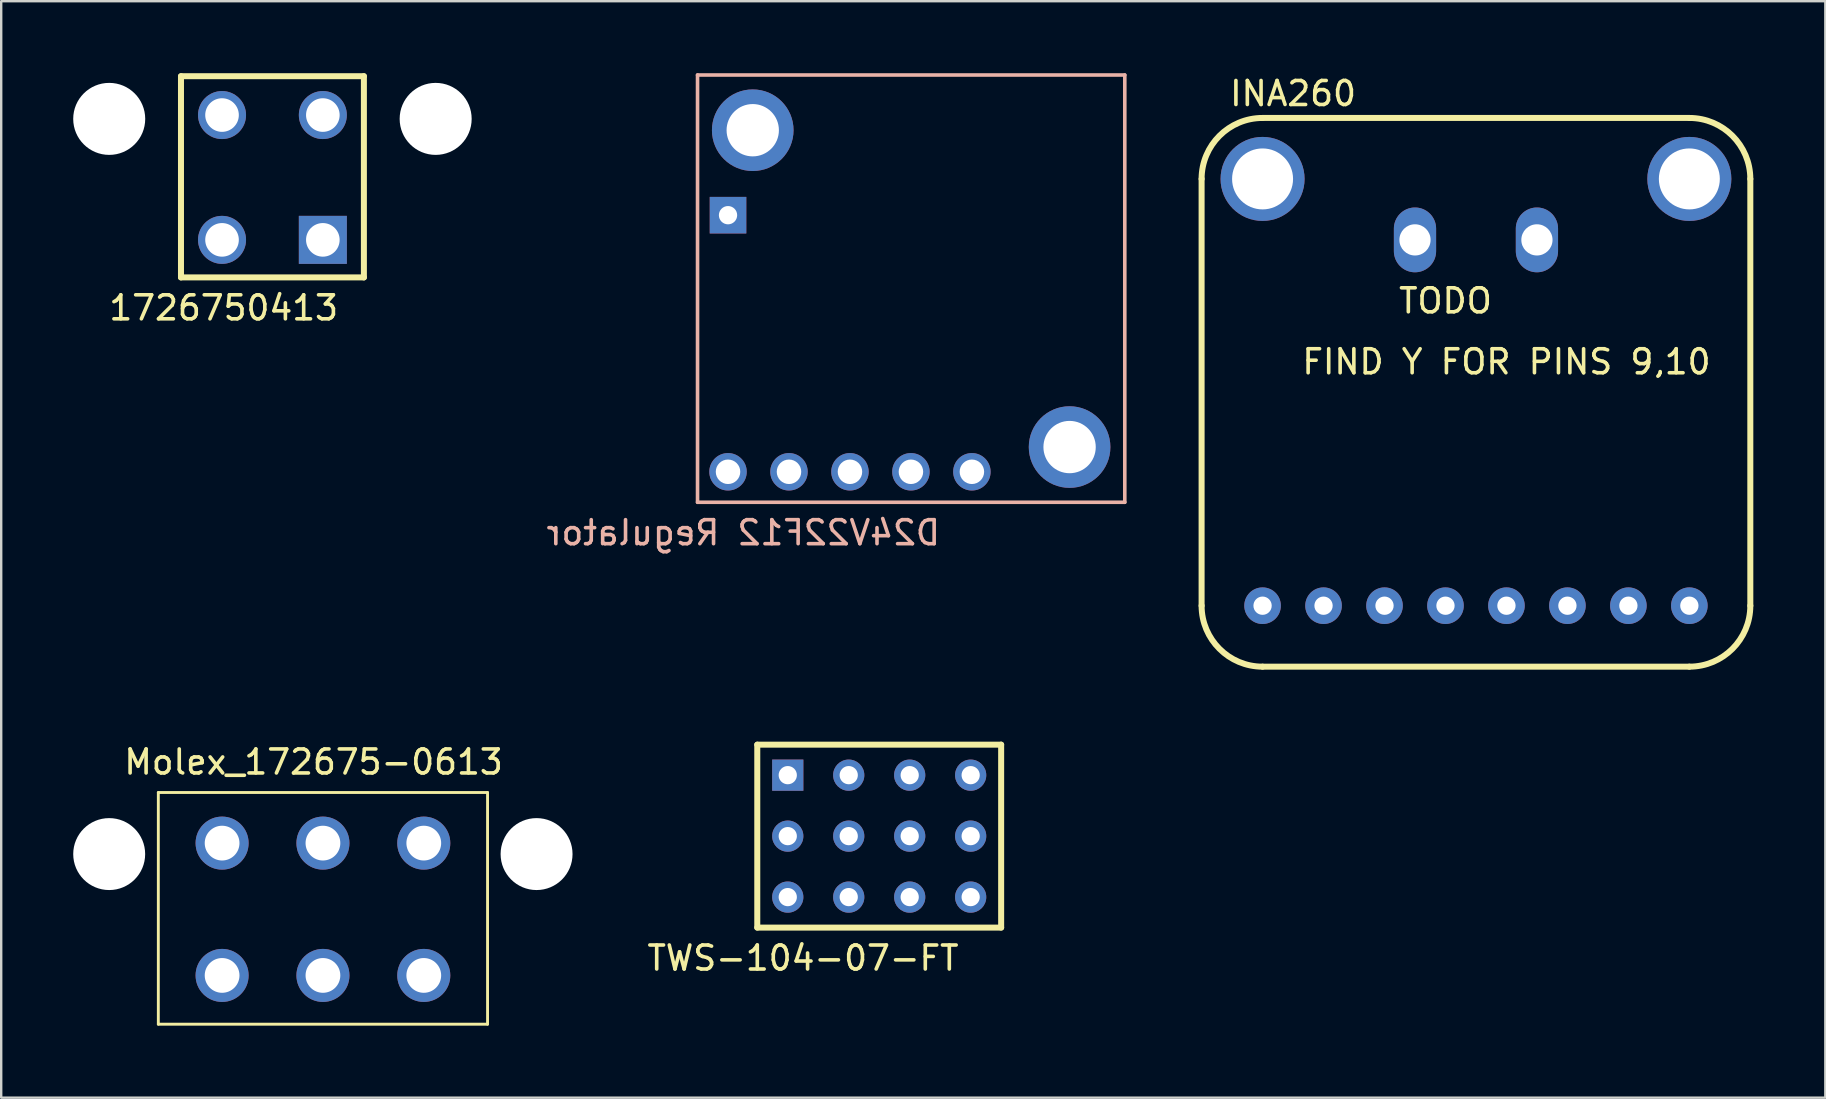
<source format=kicad_pcb>
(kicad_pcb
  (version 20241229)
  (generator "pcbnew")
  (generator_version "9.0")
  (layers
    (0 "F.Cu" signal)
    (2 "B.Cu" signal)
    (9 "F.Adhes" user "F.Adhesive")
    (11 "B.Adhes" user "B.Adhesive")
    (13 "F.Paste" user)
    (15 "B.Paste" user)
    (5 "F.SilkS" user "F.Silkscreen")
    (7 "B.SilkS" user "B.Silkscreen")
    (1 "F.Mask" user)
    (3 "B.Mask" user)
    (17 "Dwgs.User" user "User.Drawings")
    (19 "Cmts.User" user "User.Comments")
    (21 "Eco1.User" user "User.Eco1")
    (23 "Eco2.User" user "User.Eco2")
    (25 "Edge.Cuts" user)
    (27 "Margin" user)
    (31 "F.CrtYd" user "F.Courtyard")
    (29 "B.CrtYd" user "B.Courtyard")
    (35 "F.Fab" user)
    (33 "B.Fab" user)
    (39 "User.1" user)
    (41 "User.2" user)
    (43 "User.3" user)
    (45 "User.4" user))
  (footprint "D24V22F12 Regulator"
    (layer "F.Cu")
    (at 27.28 16.605)
    (property "Reference" "D24V22F12 Regulator" (at 0.635 2.54 0) (layer "B.SilkS") (effects (font (size 1 1) (thickness 0.15)) (justify mirror)))
    (attr through_hole)
    (fp_line (start -1.27 -16.53) (end -1.27 1.27) (stroke (width 0.15) (type solid)) (layer "B.SilkS"))
    (fp_line (start 16.53 -16.53) (end -1.27 -16.53) (stroke (width 0.15) (type solid)) (layer "B.SilkS"))
    (fp_line (start 16.53 1.27) (end -1.27 1.27) (stroke (width 0.15) (type solid)) (layer "B.SilkS"))
    (fp_line (start 16.53 1.27) (end 16.53 -16.53) (stroke (width 0.15) (type solid)) (layer "B.SilkS"))
    (pad "" np_thru_hole circle (at 1.03 -14.23) (size 3.4 3.4) (drill 2.18) (layers "*.Cu" "*.Mask"))
    (pad "" np_thru_hole circle (at 14.23 -1.03) (size 3.4 3.4) (drill 2.18) (layers "*.Cu" "*.Mask"))
    (pad "1" thru_hole circle (at 0 0) (size 1.56 1.56) (drill 1.02) (layers "*.Cu" "*.Mask"))
    (pad "2" thru_hole circle (at 2.54 0) (size 1.56 1.56) (drill 1.02) (layers "*.Cu" "*.Mask"))
    (pad "3" thru_hole circle (at 5.08 0) (size 1.56 1.56) (drill 1.02) (layers "*.Cu" "*.Mask"))
    (pad "4" thru_hole circle (at 7.62 0) (size 1.56 1.56) (drill 1.02) (layers "*.Cu" "*.Mask"))
    (pad "5" thru_hole circle (at 10.16 0) (size 1.56 1.56) (drill 1.02) (layers "*.Cu" "*.Mask"))
    (pad "6" thru_hole rect (at 0 -10.69) (size 1.524 1.524) (drill 0.762) (layers "*.Cu" "*.Mask")))
  (footprint "Molex_172675-0613"
    (layer "F.Cu")
    (at 6.203 37.587)
    (property "Reference" "Molex_172675-0613" (at 3.81 -8.89 0) (layer "F.SilkS") (effects (font (size 1 1) (thickness 0.15))))
    (attr through_hole)
    (fp_line (start -2.657 -7.62) (end -2.657 2.032) (stroke (width 0.12) (type solid)) (layer "F.SilkS"))
    (fp_line (start -2.657 -7.62) (end 11.059 -7.62) (stroke (width 0.12) (type solid)) (layer "F.SilkS"))
    (fp_line (start -2.657 2.032) (end 11.059 2.032) (stroke (width 0.12) (type solid)) (layer "F.SilkS"))
    (fp_line (start 11.059 -7.62) (end 11.059 2.032) (stroke (width 0.12) (type solid)) (layer "F.SilkS"))
    (pad "" np_thru_hole circle (at -4.704 -5.055) (size 2.997 2.997) (drill 2.997) (layers "*.Cu" "*.Mask"))
    (pad "" np_thru_hole circle (at 13.101 -5.055) (size 2.997 2.997) (drill 2.997) (layers "*.Cu" "*.Mask"))
    (pad "1" thru_hole circle (at 8.402 0) (size 2.21 2.21) (drill 1.448) (layers "*.Cu" "*.Mask"))
    (pad "2" thru_hole circle (at 4.201 0) (size 2.21 2.21) (drill 1.448) (layers "*.Cu" "*.Mask"))
    (pad "3" thru_hole circle (at 0 0) (size 2.21 2.21) (drill 1.448) (layers "*.Cu" "*.Mask"))
    (pad "4" thru_hole circle (at 8.402 -5.512) (size 2.21 2.21) (drill 1.448) (layers "*.Cu" "*.Mask"))
    (pad "5" thru_hole circle (at 4.201 -5.512) (size 2.21 2.21) (drill 1.448) (layers "*.Cu" "*.Mask"))
    (pad "6" thru_hole circle (at 0 -5.512) (size 2.21 2.21) (drill 1.448) (layers "*.Cu" "*.Mask")))
  (footprint "INA260"
    (layer "F.Cu")
    (at 49.55 22.184)
    (property "Reference" "INA260" (at 1.27 -21.336 0) (layer "F.SilkS") (effects (font (size 1 1) (thickness 0.15))))
    (attr through_hole)
    (fp_line (start -2.54 -17.78) (end -2.54 0) (stroke (width 0.25) (type solid)) (layer "F.SilkS"))
    (fp_line (start 0 -20.32) (end 17.78 -20.32) (stroke (width 0.25) (type solid)) (layer "F.SilkS"))
    (fp_line (start 0 2.54) (end 17.78 2.54) (stroke (width 0.25) (type solid)) (layer "F.SilkS"))
    (fp_line (start 20.32 0) (end 20.32 -17.78) (stroke (width 0.25) (type solid)) (layer "F.SilkS"))
    (fp_arc (start -2.54 -17.78) (mid -1.796051 -19.576051) (end 0 -20.32) (stroke (width 0.25) (type solid)) (layer "F.SilkS"))
    (fp_arc (start 0 2.54) (mid -1.796051 1.796051) (end -2.54 0) (stroke (width 0.25) (type solid)) (layer "F.SilkS"))
    (fp_arc (start 17.78 -20.32) (mid 19.576051 -19.576051) (end 20.32 -17.78) (stroke (width 0.25) (type solid)) (layer "F.SilkS"))
    (fp_arc (start 20.32 0) (mid 19.576051 1.796051) (end 17.78 2.54) (stroke (width 0.25) (type solid)) (layer "F.SilkS"))
    (fp_text user "TODO" (at 7.62 -12.7 0) (layer "F.SilkS") (effects (font (size 1 1) (thickness 0.15))))
    (fp_text user "FIND Y FOR PINS 9,10" (at 10.16 -10.16 0) (layer "F.SilkS") (effects (font (size 1 1) (thickness 0.15))))
    (pad "" np_thru_hole oval (at 0 -17.78) (size 3.5 3.5) (drill 2.54) (layers "*.Cu" "*.Mask"))
    (pad "" np_thru_hole oval (at 17.78 -17.78) (size 3.5 3.5) (drill 2.54) (layers "*.Cu" "*.Mask"))
    (pad "1" thru_hole circle (at 0 0) (size 1.524 1.524) (drill 0.762) (layers "*.Cu" "*.Mask"))
    (pad "2" thru_hole circle (at 2.54 0) (size 1.524 1.524) (drill 0.762) (layers "*.Cu" "*.Mask"))
    (pad "3" thru_hole circle (at 5.08 0) (size 1.524 1.524) (drill 0.762) (layers "*.Cu" "*.Mask"))
    (pad "4" thru_hole circle (at 7.62 0) (size 1.524 1.524) (drill 0.762) (layers "*.Cu" "*.Mask"))
    (pad "5" thru_hole circle (at 10.16 0) (size 1.524 1.524) (drill 0.762) (layers "*.Cu" "*.Mask"))
    (pad "6" thru_hole circle (at 12.7 0) (size 1.524 1.524) (drill 0.762) (layers "*.Cu" "*.Mask"))
    (pad "7" thru_hole circle (at 15.24 0) (size 1.524 1.524) (drill 0.762) (layers "*.Cu" "*.Mask"))
    (pad "8" thru_hole circle (at 17.78 0) (size 1.524 1.524) (drill 0.762) (layers "*.Cu" "*.Mask"))
    (pad "9" thru_hole oval (at 6.35 -15.24) (size 1.76 2.7) (drill 1.3) (layers "*.Cu" "*.Mask"))
    (pad "10" thru_hole oval (at 11.43 -15.24) (size 1.76 2.7) (drill 1.3) (layers "*.Cu" "*.Mask")))
  (footprint "1726750413"
    (layer "F.Cu")
    (at 8.3 1.903)
    (property "Reference" "1726750413" (at -2.032 7.874 0) (layer "F.SilkS") (effects (font (size 1 1) (thickness 0.15))))
    (attr through_hole)
    (fp_line (start -3.81 -1.778) (end 3.81 -1.778) (stroke (width 0.25) (type solid)) (layer "F.SilkS"))
    (fp_line (start -3.81 6.604) (end -3.81 -1.778) (stroke (width 0.25) (type solid)) (layer "F.SilkS"))
    (fp_line (start 3.81 -1.778) (end 3.81 6.604) (stroke (width 0.25) (type solid)) (layer "F.SilkS"))
    (fp_line (start 3.81 6.604) (end -3.81 6.604) (stroke (width 0.25) (type solid)) (layer "F.SilkS"))
    (pad "" np_thru_hole circle (at -6.8 0) (size 3 3) (drill 3) (layers "*.Cu" "*.Mask"))
    (pad "" np_thru_hole circle (at 6.8 0) (size 3 3) (drill 3) (layers "*.Cu" "*.Mask"))
    (pad "1" thru_hole rect (at 2.1 5.04) (size 2 2) (drill 1.4) (layers "*.Cu" "*.Mask"))
    (pad "2" thru_hole circle (at -2.1 5.04) (size 2 2) (drill 1.4) (layers "*.Cu" "*.Mask"))
    (pad "3" thru_hole circle (at 2.1 -0.16) (size 2 2) (drill 1.4) (layers "*.Cu" "*.Mask"))
    (pad "4" thru_hole circle (at -2.1 -0.16) (size 2 2) (drill 1.4) (layers "*.Cu" "*.Mask")))
  (footprint "TWS-104-07-FT"
    (layer "F.Cu")
    (at 29.769 29.244)
    (property "Reference" "TWS-104-07-FT" (at 0.635 7.62 0) (layer "F.SilkS") (effects (font (size 1 1) (thickness 0.15))))
    (attr through_hole)
    (fp_line (start -1.27 -1.27) (end -1.27 6.35) (stroke (width 0.25) (type solid)) (layer "F.SilkS"))
    (fp_line (start -1.27 6.35) (end 8.89 6.35) (stroke (width 0.25) (type solid)) (layer "F.SilkS"))
    (fp_line (start 8.89 -1.27) (end -1.27 -1.27) (stroke (width 0.25) (type solid)) (layer "F.SilkS"))
    (fp_line (start 8.89 6.35) (end 8.89 -1.27) (stroke (width 0.25) (type solid)) (layer "F.SilkS"))
    (pad "1" thru_hole rect (at 0 0) (size 1.3 1.3) (drill 0.76) (layers "*.Cu" "*.Mask"))
    (pad "2" thru_hole circle (at 0 2.54) (size 1.3 1.3) (drill 0.76) (layers "*.Cu" "*.Mask"))
    (pad "3" thru_hole circle (at 0 5.08) (size 1.3 1.3) (drill 0.76) (layers "*.Cu" "*.Mask"))
    (pad "4" thru_hole circle (at 2.54 0) (size 1.3 1.3) (drill 0.76) (layers "*.Cu" "*.Mask"))
    (pad "5" thru_hole circle (at 2.54 2.54) (size 1.3 1.3) (drill 0.76) (layers "*.Cu" "*.Mask"))
    (pad "6" thru_hole circle (at 2.54 5.08) (size 1.3 1.3) (drill 0.76) (layers "*.Cu" "*.Mask"))
    (pad "7" thru_hole circle (at 5.08 0) (size 1.3 1.3) (drill 0.76) (layers "*.Cu" "*.Mask"))
    (pad "8" thru_hole circle (at 5.08 2.54) (size 1.3 1.3) (drill 0.76) (layers "*.Cu" "*.Mask"))
    (pad "9" thru_hole circle (at 5.08 5.08) (size 1.3 1.3) (drill 0.76) (layers "*.Cu" "*.Mask"))
    (pad "10" thru_hole circle (at 7.62 0) (size 1.3 1.3) (drill 0.76) (layers "*.Cu" "*.Mask"))
    (pad "11" thru_hole circle (at 7.62 2.54) (size 1.3 1.3) (drill 0.76) (layers "*.Cu" "*.Mask"))
    (pad "12" thru_hole circle (at 7.62 5.08) (size 1.3 1.3) (drill 0.76) (layers "*.Cu" "*.Mask")))
  (gr_rect
    (start -3 -3)
    (end 72.995 42.679)
    (stroke (width 0.1) (type default))
    (fill no)
    (layer "Edge.Cuts")))
</source>
